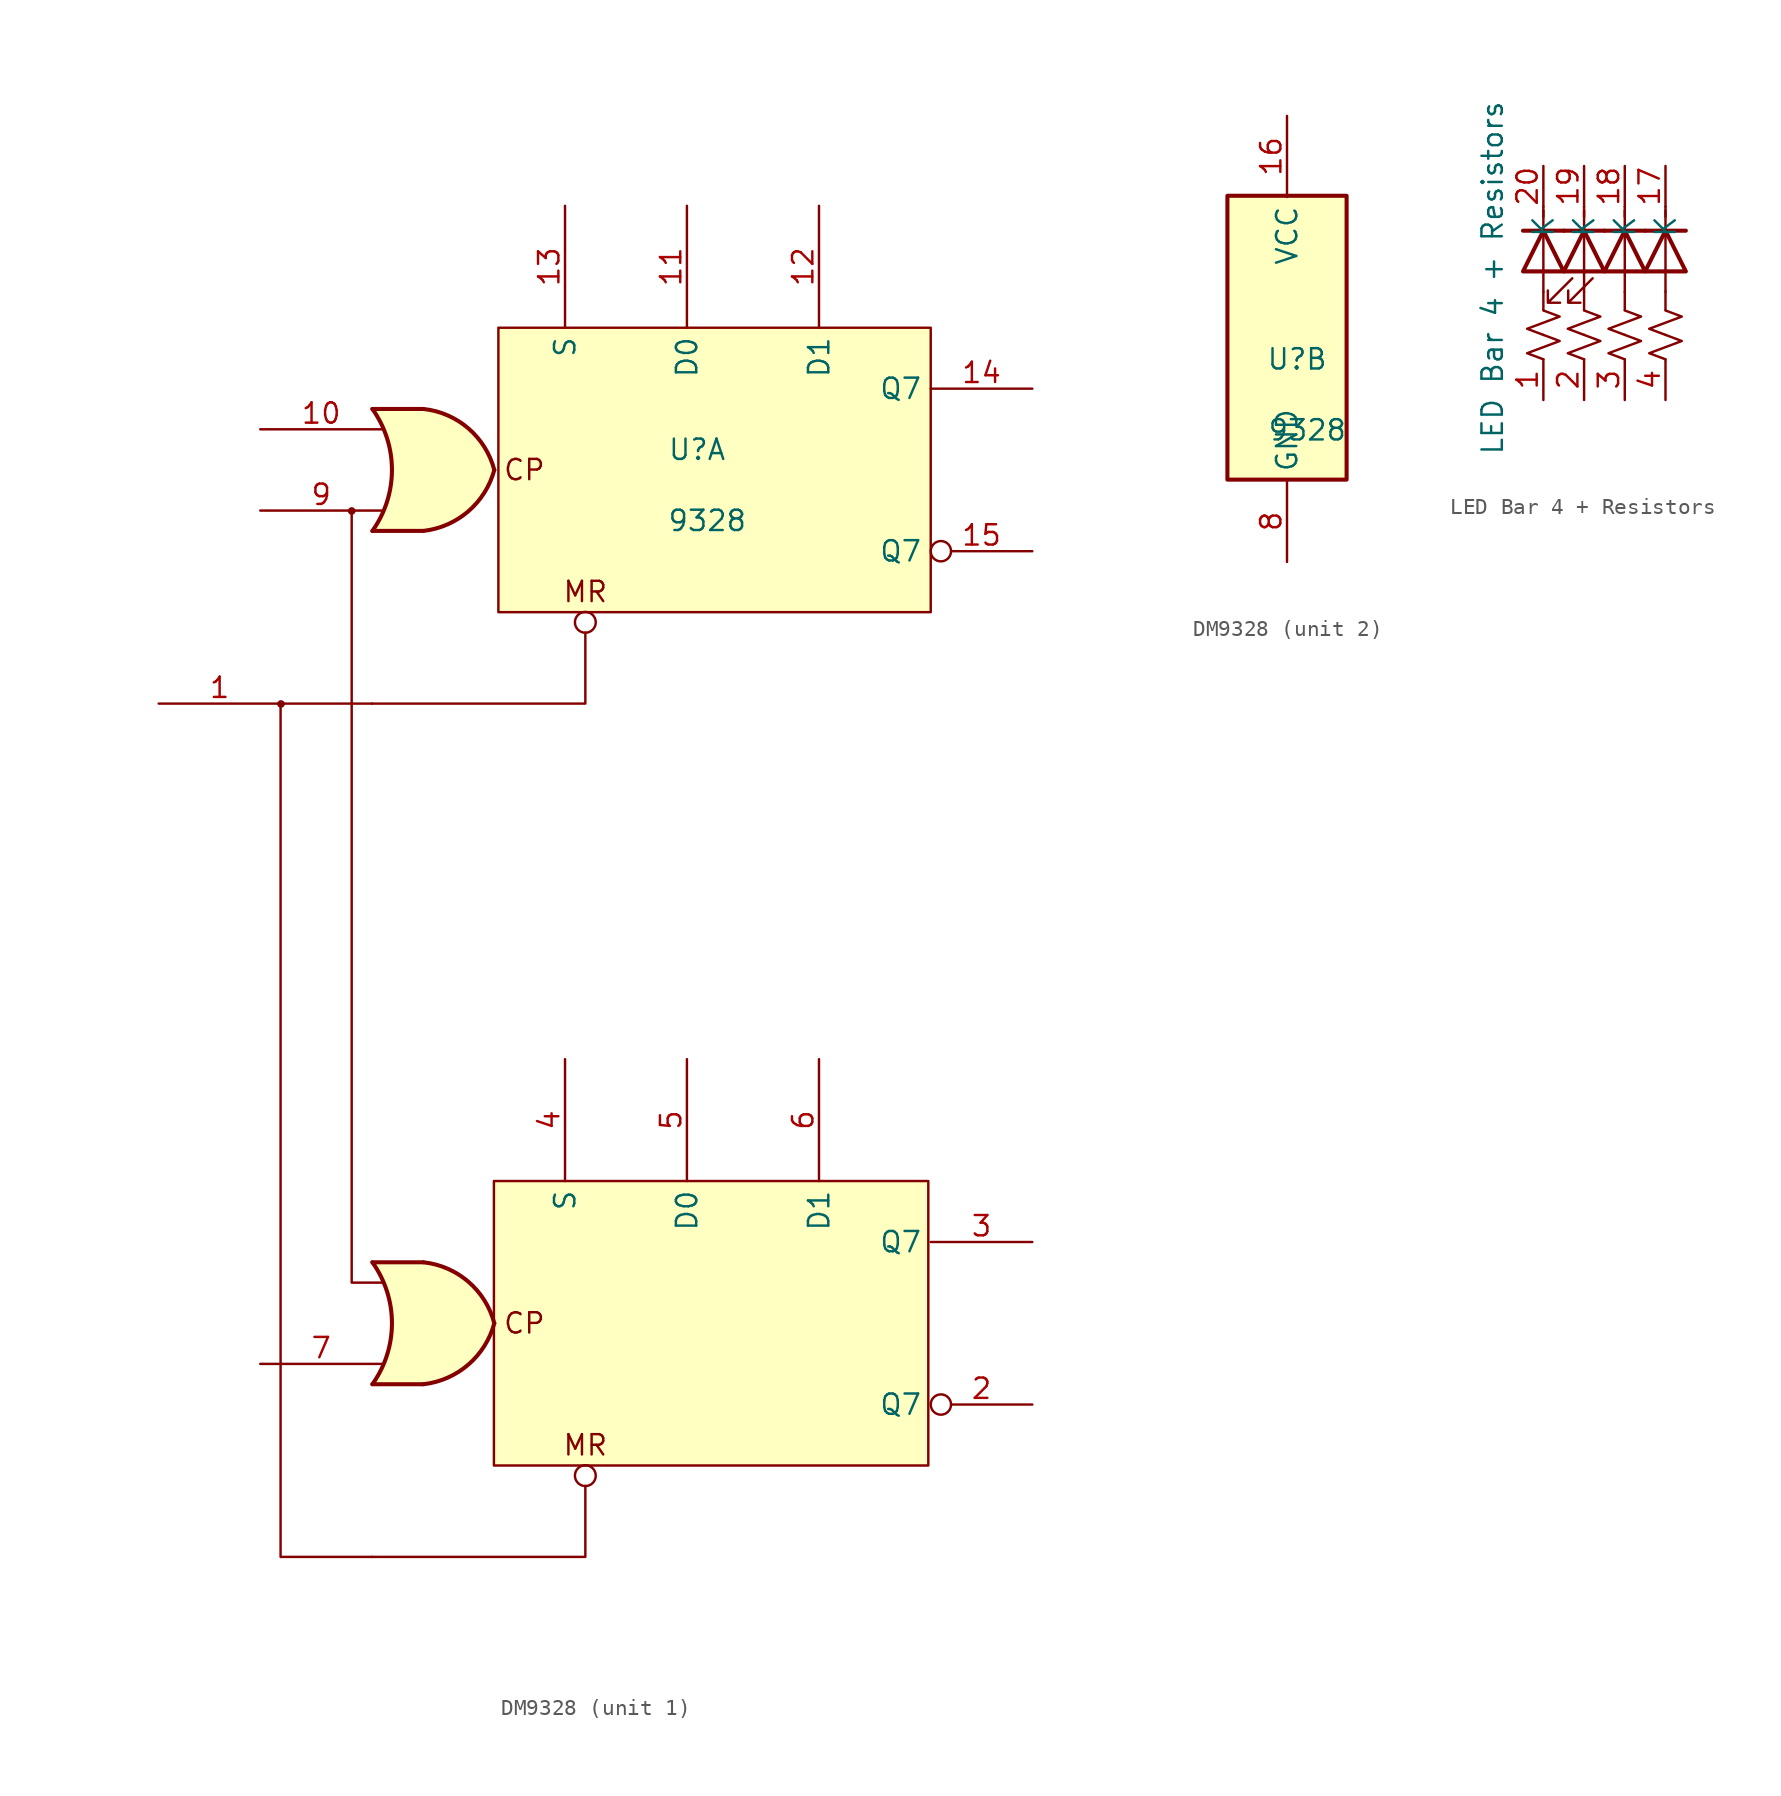
<source format=kicad_sym>
(kicad_symbol_lib
  (version 20220914)
  (generator kicad_symbol_editor)
  (symbol "DM9328"
    (property "Reference" "U"
      (at 0.635 1.27 0)
      (effects (font (size 1.27 1.27))))
    (property "Value" "9328"
      (at 1.27 -3.175 0)
      (effects (font (size 1.27 1.27))))
    (property "ki_locked" ""
      (at 0 0 0)
      (effects (font (size 1.27 1.27))))
    (symbol "DM9328_1_1"
      (circle (center -25.375 -14.63) (radius 0.163) (stroke (width 0) (type default)) (fill (type none)))
      (circle (center -20.955 -2.565) (radius 0.163) (stroke (width 0) (type default)) (fill (type none)))
      (arc (start -19.6598 -57.15) (mid -18.4388 -53.34) (end -19.6598 -49.53) (stroke (width 0.254) (type default)) (fill (type none)))
      (arc (start -19.6598 -3.81) (mid -18.4388 0) (end -19.6598 3.81) (stroke (width 0.254) (type default)) (fill (type none)))
      (arc (start -16.4594 -57.15) (mid -13.6643 -55.924) (end -12.0398 -53.34) (stroke (width 0.254) (type default)) (fill (type background)))
      (arc (start -16.4594 -3.81) (mid -13.6643 -2.584) (end -12.0398 0) (stroke (width 0.254) (type default)) (fill (type background)))
      (rectangle (start -12.065 -44.45) (end 15.088 -62.23) (stroke (width 0) (type default)) (fill (type background)))
      (arc (start -12.0398 -53.34) (mid -13.657 -50.7475) (end -16.4594 -49.53) (stroke (width 0.254) (type default)) (fill (type background)))
      (arc (start -12.0398 0) (mid -13.657 2.5925) (end -16.4594 3.81) (stroke (width 0.254) (type default)) (fill (type background)))
      (rectangle (start -11.786 8.89) (end 15.24 -8.89) (stroke (width 0) (type default)) (fill (type background)))
      (circle (center -6.35 -62.865) (radius 0.651) (stroke (width 0) (type default)) (fill (type none)))
      (circle (center -6.35 -9.525) (radius 0.651) (stroke (width 0) (type default)) (fill (type none)))
      (polyline (pts (xy -19.685 -14.605) (xy -25.4 -14.605)) (stroke (width 0) (type default)) (fill (type none)))
      (polyline (pts (xy -19.66 -57.15) (xy -16.485 -57.15)) (stroke (width 0.254) (type default)) (fill (type background)))
      (polyline (pts (xy -19.66 -49.53) (xy -16.485 -49.53)) (stroke (width 0.254) (type default)) (fill (type background)))
      (polyline (pts (xy -19.66 -3.81) (xy -16.485 -3.81)) (stroke (width 0.254) (type default)) (fill (type background)))
      (polyline (pts (xy -19.66 3.81) (xy -16.485 3.81)) (stroke (width 0.254) (type default)) (fill (type background)))
      (polyline (pts (xy -20.955 -2.54) (xy -20.955 -50.8) (xy -19.05 -50.8)) (stroke (width 0) (type default)) (fill (type none)))
      (polyline (pts (xy -19.685 -67.945) (xy -25.4 -67.945) (xy -25.4 -14.605)) (stroke (width 0) (type default)) (fill (type none)))
      (polyline (pts (xy -6.35 -63.5) (xy -6.35 -67.945) (xy -19.685 -67.945)) (stroke (width 0) (type default)) (fill (type none)))
      (polyline (pts (xy -6.35 -10.16) (xy -6.35 -14.605) (xy -19.685 -14.605)) (stroke (width 0) (type default)) (fill (type none)))
      (polyline (pts (xy -16.485 -49.53) (xy -19.66 -49.53) (xy -19.66 -49.53) (xy -19.406 -49.936) (xy -18.872 -51.079) (xy -18.542 -52.299) (xy -18.466 -53.594) (xy -18.618 -54.839) (xy -19.025 -56.058) (xy -19.66 -57.15) (xy -19.66 -57.15) (xy -16.485 -57.15)) (stroke (width -25.4) (type default)) (fill (type background)))
      (polyline (pts (xy -16.485 3.81) (xy -19.66 3.81) (xy -19.66 3.81) (xy -19.406 3.404) (xy -18.872 2.261) (xy -18.542 1.041) (xy -18.466 -0.254) (xy -18.618 -1.499) (xy -19.025 -2.718) (xy -19.66 -3.81) (xy -19.66 -3.81) (xy -16.485 -3.81)) (stroke (width -25.4) (type default)) (fill (type background)))
      (text "CP" (at -10.16 -53.34 0) (effects (font (size 1.27 1.27))))
      (text "CP" (at -10.16 0 0) (effects (font (size 1.27 1.27))))
      (text "MR" (at -6.35 -60.96 0) (effects (font (size 1.27 1.27))))
      (text "MR" (at -6.35 -7.62 0) (effects (font (size 1.27 1.27))))
      (pin input line (at -33.02 -14.605 0) (length 7.62) (name "" (effects (font (size 1.27 1.27)))) (number "1" (effects (font (size 1.27 1.27)))))
      (pin input line (at -26.67 2.54 0) (length 7.62) (name "" (effects (font (size 1.27 1.27)))) (number "10" (effects (font (size 1.27 1.27)))))
      (pin input line (at 0 16.51 270) (length 7.62) (name "D0" (effects (font (size 1.27 1.27)))) (number "11" (effects (font (size 1.27 1.27)))))
      (pin input line (at 8.255 16.51 270) (length 7.62) (name "D1" (effects (font (size 1.27 1.27)))) (number "12" (effects (font (size 1.27 1.27)))))
      (pin input line (at -7.62 16.51 270) (length 7.62) (name "S" (effects (font (size 1.27 1.27)))) (number "13" (effects (font (size 1.27 1.27)))))
      (pin output line (at 21.59 5.08 180) (length 6.35) (name "Q7" (effects (font (size 1.27 1.27)))) (number "14" (effects (font (size 1.27 1.27)))))
      (pin output inverted (at 21.59 -5.08 180) (length 6.35) (name "Q7" (effects (font (size 1.27 1.27)))) (number "15" (effects (font (size 1.27 1.27)))))
      (pin output inverted (at 21.59 -58.42 180) (length 6.35) (name "Q7" (effects (font (size 1.27 1.27)))) (number "2" (effects (font (size 1.27 1.27)))))
      (pin output line (at 21.59 -48.26 180) (length 6.35) (name "Q7" (effects (font (size 1.27 1.27)))) (number "3" (effects (font (size 1.27 1.27)))))
      (pin input line (at -7.62 -36.83 270) (length 7.62) (name "S" (effects (font (size 1.27 1.27)))) (number "4" (effects (font (size 1.27 1.27)))))
      (pin input line (at 0 -36.83 270) (length 7.62) (name "D0" (effects (font (size 1.27 1.27)))) (number "5" (effects (font (size 1.27 1.27)))))
      (pin input line (at 8.255 -36.83 270) (length 7.62) (name "D1" (effects (font (size 1.27 1.27)))) (number "6" (effects (font (size 1.27 1.27)))))
      (pin input line (at -26.67 -55.88 0) (length 7.62) (name "" (effects (font (size 1.27 1.27)))) (number "7" (effects (font (size 1.27 1.27)))))
      (pin input line (at -26.67 -2.54 0) (length 7.62) (name "" (effects (font (size 1.27 1.27)))) (number "9" (effects (font (size 1.27 1.27))))))
    (symbol "DM9328_2_0"
      (rectangle (start -3.734 11.506) (end 3.734 -6.274) (stroke (width 0.254) (type default)) (fill (type background))))
    (symbol "DM9328_2_1"
      (pin power_in line (at 0 16.51 270) (length 5.08) (name "VCC" (effects (font (size 1.27 1.27)))) (number "16" (effects (font (size 1.27 1.27)))))
      (pin power_in line (at 0 -11.43 90) (length 5.08) (name "GND" (effects (font (size 1.27 1.27)))) (number "8" (effects (font (size 1.27 1.27)))))))
  (symbol "LED Bar 4 + Resistors"
    (property "Reference" "BAR"
      (at -23.495 -9.525 0)
      (effects (font (size 1.27 1.27)) hide))
    (property "Value" "LED Bar 4 + Resistors"
      (at -3.175 7.62 90)
      (effects (font (size 1.27 1.27))))
    (symbol "LED Bar 4 + Resistors_0_1"
      (polyline (pts (xy 0 6.756) (xy 0 5.613)) (stroke (width 0) (type default)) (fill (type none)))
      (polyline (pts (xy 0 6.756) (xy 0 11.836)) (stroke (width 0) (type default)) (fill (type none)))
      (polyline (pts (xy 0 12.065) (xy 0 11.43)) (stroke (width 0) (type default)) (fill (type none)))
      (polyline (pts (xy 1.27 10.566) (xy -1.27 10.566)) (stroke (width 0.254) (type default)) (fill (type none)))
      (polyline (pts (xy 2.54 6.756) (xy 2.54 5.613)) (stroke (width 0) (type default)) (fill (type none)))
      (polyline (pts (xy 2.54 6.756) (xy 2.54 11.836)) (stroke (width 0) (type default)) (fill (type none)))
      (polyline (pts (xy 2.54 12.065) (xy 2.54 11.43)) (stroke (width 0) (type default)) (fill (type none)))
      (polyline (pts (xy 3.81 10.566) (xy 1.27 10.566)) (stroke (width 0.254) (type default)) (fill (type none)))
      (polyline (pts (xy 5.08 6.756) (xy 5.08 5.613)) (stroke (width 0) (type default)) (fill (type none)))
      (polyline (pts (xy 5.08 6.756) (xy 5.08 11.836)) (stroke (width 0) (type default)) (fill (type none)))
      (polyline (pts (xy 5.08 12.065) (xy 5.08 11.43)) (stroke (width 0) (type default)) (fill (type none)))
      (polyline (pts (xy 6.35 10.566) (xy 3.81 10.566)) (stroke (width 0.254) (type default)) (fill (type none)))
      (polyline (pts (xy 7.62 6.756) (xy 7.62 5.613)) (stroke (width 0) (type default)) (fill (type none)))
      (polyline (pts (xy 7.62 6.756) (xy 7.62 11.836)) (stroke (width 0) (type default)) (fill (type none)))
      (polyline (pts (xy 7.62 12.065) (xy 7.62 11.43)) (stroke (width 0) (type default)) (fill (type none)))
      (polyline (pts (xy 8.89 10.566) (xy 6.35 10.566)) (stroke (width 0.254) (type default)) (fill (type none)))
      (polyline (pts (xy -1.27 8.026) (xy 1.27 8.026) (xy 0 10.566) (xy -1.27 8.026)) (stroke (width 0.254) (type default)) (fill (type none)))
      (polyline (pts (xy 1.27 8.026) (xy 3.81 8.026) (xy 2.54 10.566) (xy 1.27 8.026)) (stroke (width 0.254) (type default)) (fill (type none)))
      (polyline (pts (xy 3.81 8.026) (xy 6.35 8.026) (xy 5.08 10.566) (xy 3.81 8.026)) (stroke (width 0.254) (type default)) (fill (type none)))
      (polyline (pts (xy 6.35 8.026) (xy 8.89 8.026) (xy 7.62 10.566) (xy 6.35 8.026)) (stroke (width 0.254) (type default)) (fill (type none)))
      (polyline (pts (xy 1.803 7.595) (xy 0.279 6.071) (xy 1.041 6.071) (xy 0.279 6.071) (xy 0.279 6.833)) (stroke (width 0) (type default)) (fill (type none)))
      (polyline (pts (xy 3.073 7.595) (xy 1.549 6.071) (xy 2.311 6.071) (xy 1.549 6.071) (xy 1.549 6.833)) (stroke (width 0) (type default)) (fill (type none))))
    (symbol "LED Bar 4 + Resistors_1_1"
      (polyline (pts (xy 0 2.54) (xy -1.016 2.921) (xy 0 3.302) (xy 1.016 3.683) (xy 0 4.064)) (stroke (width 0) (type default)) (fill (type none)))
      (polyline (pts (xy 0 4.064) (xy -1.016 4.445) (xy 0 4.826) (xy 1.016 5.207) (xy 0 5.588)) (stroke (width 0) (type default)) (fill (type none)))
      (polyline (pts (xy 2.54 2.54) (xy 1.524 2.921) (xy 2.54 3.302) (xy 3.556 3.683) (xy 2.54 4.064)) (stroke (width 0) (type default)) (fill (type none)))
      (polyline (pts (xy 2.54 4.064) (xy 1.524 4.445) (xy 2.54 4.826) (xy 3.556 5.207) (xy 2.54 5.588)) (stroke (width 0) (type default)) (fill (type none)))
      (polyline (pts (xy 5.08 2.54) (xy 4.064 2.921) (xy 5.08 3.302) (xy 6.096 3.683) (xy 5.08 4.064)) (stroke (width 0) (type default)) (fill (type none)))
      (polyline (pts (xy 5.08 4.064) (xy 4.064 4.445) (xy 5.08 4.826) (xy 6.096 5.207) (xy 5.08 5.588)) (stroke (width 0) (type default)) (fill (type none)))
      (polyline (pts (xy 7.62 2.54) (xy 6.604 2.921) (xy 7.62 3.302) (xy 8.636 3.683) (xy 7.62 4.064)) (stroke (width 0) (type default)) (fill (type none)))
      (polyline (pts (xy 7.62 4.064) (xy 6.604 4.445) (xy 7.62 4.826) (xy 8.636 5.207) (xy 7.62 5.588)) (stroke (width 0) (type default)) (fill (type none)))
      (pin passive line (at 0 0 90) (length 2.54) (name "" (effects (font (size 1.27 1.27)))) (number "1" (effects (font (size 1.27 1.27)))))
      (pin passive line (at 7.62 14.605 270) (length 2.54) (name "K" (effects (font (size 1.27 1.27)))) (number "17" (effects (font (size 1.27 1.27)))))
      (pin passive line (at 5.08 14.605 270) (length 2.54) (name "K" (effects (font (size 1.27 1.27)))) (number "18" (effects (font (size 1.27 1.27)))))
      (pin passive line (at 2.54 14.605 270) (length 2.54) (name "K" (effects (font (size 1.27 1.27)))) (number "19" (effects (font (size 1.27 1.27)))))
      (pin passive line (at 2.54 0 90) (length 2.54) (name "" (effects (font (size 1.27 1.27)))) (number "2" (effects (font (size 1.27 1.27)))))
      (pin passive line (at 0 14.605 270) (length 2.54) (name "K" (effects (font (size 1.27 1.27)))) (number "20" (effects (font (size 1.27 1.27)))))
      (pin passive line (at 5.08 0 90) (length 2.54) (name "" (effects (font (size 1.27 1.27)))) (number "3" (effects (font (size 1.27 1.27)))))
      (pin passive line (at 7.62 0 90) (length 2.54) (name "" (effects (font (size 1.27 1.27)))) (number "4" (effects (font (size 1.27 1.27))))))))
</source>
